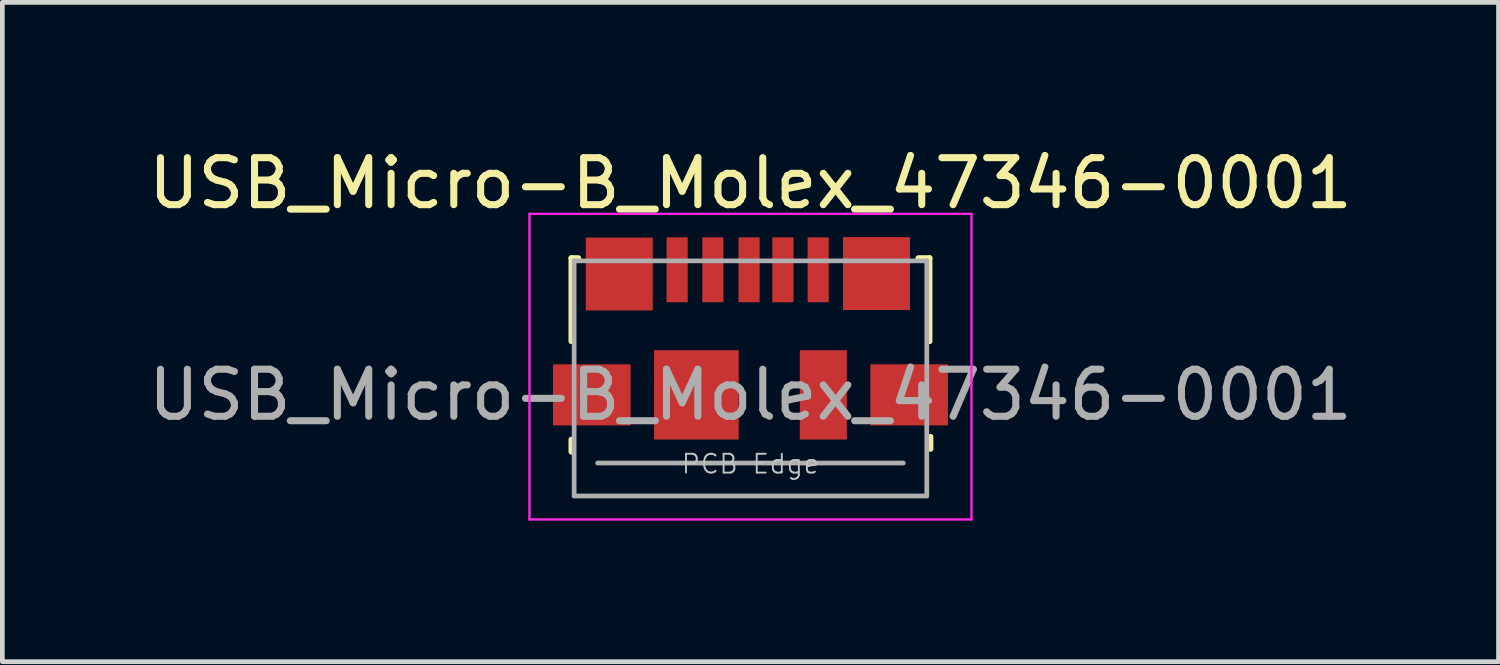
<source format=kicad_pcb>
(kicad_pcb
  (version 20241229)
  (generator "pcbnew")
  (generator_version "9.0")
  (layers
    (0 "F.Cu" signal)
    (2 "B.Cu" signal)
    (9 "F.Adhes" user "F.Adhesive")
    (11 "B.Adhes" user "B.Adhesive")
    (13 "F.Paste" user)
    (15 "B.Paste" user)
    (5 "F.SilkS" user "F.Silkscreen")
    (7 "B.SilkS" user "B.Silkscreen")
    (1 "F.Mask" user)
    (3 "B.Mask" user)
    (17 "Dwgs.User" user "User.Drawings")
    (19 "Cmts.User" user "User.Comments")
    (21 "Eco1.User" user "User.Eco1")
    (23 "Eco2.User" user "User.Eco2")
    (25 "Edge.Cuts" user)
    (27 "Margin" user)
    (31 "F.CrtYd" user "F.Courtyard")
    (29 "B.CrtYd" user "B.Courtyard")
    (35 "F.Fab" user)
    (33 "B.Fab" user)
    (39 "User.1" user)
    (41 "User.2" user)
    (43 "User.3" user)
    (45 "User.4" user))
  (footprint "USB_Micro-B_Molex_47346-0001"
    (layer "F.Cu")
    (at 12.911 4.148)
    (property "Reference" "USB_Micro-B_Molex_47346-0001" (at 0 -3.3 0) (layer "F.SilkS") (effects (font (size 1 1) (thickness 0.15))))
    (attr smd)
    (fp_line (start -3.81 -1.71) (end -3.66 -1.71) (stroke (width 0.12) (type solid)) (layer "F.SilkS"))
    (fp_line (start -3.81 0.06) (end -3.81 -1.71) (stroke (width 0.12) (type solid)) (layer "F.SilkS"))
    (fp_line (start -3.81 2.41) (end -3.81 2.15) (stroke (width 0.12) (type solid)) (layer "F.SilkS"))
    (fp_line (start 3.81 -1.71) (end 3.57 -1.71) (stroke (width 0.12) (type solid)) (layer "F.SilkS"))
    (fp_line (start 3.81 -1.71) (end 3.81 0.06) (stroke (width 0.12) (type solid)) (layer "F.SilkS"))
    (fp_line (start 3.83 2.09) (end 3.83 2.35) (stroke (width 0.12) (type solid)) (layer "F.SilkS"))
    (fp_line (start -4.7 -2.65) (end 4.7 -2.65) (stroke (width 0.05) (type solid)) (layer "F.CrtYd"))
    (fp_line (start -4.7 3.85) (end -4.7 -2.65) (stroke (width 0.05) (type solid)) (layer "F.CrtYd"))
    (fp_line (start 4.7 -2.65) (end 4.7 3.85) (stroke (width 0.05) (type solid)) (layer "F.CrtYd"))
    (fp_line (start 4.7 3.85) (end -4.7 3.85) (stroke (width 0.05) (type solid)) (layer "F.CrtYd"))
    (fp_line (start -3.75 -1.65) (end 3.75 -1.65) (stroke (width 0.1) (type solid)) (layer "F.Fab"))
    (fp_line (start -3.75 3.35) (end -3.75 -1.65) (stroke (width 0.1) (type solid)) (layer "F.Fab"))
    (fp_line (start -3.25 2.65) (end 3.25 2.65) (stroke (width 0.1) (type solid)) (layer "F.Fab"))
    (fp_line (start 3.75 -1.65) (end 3.75 3.35) (stroke (width 0.1) (type solid)) (layer "F.Fab"))
    (fp_line (start 3.75 3.35) (end -3.75 3.35) (stroke (width 0.1) (type solid)) (layer "F.Fab"))
    (fp_text user "PCB Edge" (at 0 2.67 0) (layer "Dwgs.User") (effects (font (size 0.4 0.4) (thickness 0.04))))
    (fp_text user "${REFERENCE}" (at 0 1.2 0) (layer "F.Fab") (effects (font (size 1 1) (thickness 0.15))))
    (pad "1" smd rect (at -1.56 -1.46) (size 0.45 1.38) (layers "F.Cu" "F.Mask" "F.Paste"))
    (pad "2" smd rect (at -0.8 -1.46) (size 0.45 1.38) (layers "F.Cu" "F.Mask" "F.Paste"))
    (pad "3" smd rect (at -0.03 -1.46) (size 0.45 1.38) (layers "F.Cu" "F.Mask" "F.Paste"))
    (pad "4" smd rect (at 0.69 -1.46) (size 0.45 1.38) (layers "F.Cu" "F.Mask" "F.Paste"))
    (pad "5" smd rect (at 1.44 -1.46) (size 0.45 1.38) (layers "F.Cu" "F.Mask" "F.Paste"))
    (pad "6" smd rect (at -3.375 1.2) (size 1.65 1.3) (layers "F.Cu" "F.Mask" "F.Paste"))
    (pad "6" smd rect (at -2.79 -1.37) (size 1.425 1.55) (layers "F.Cu" "F.Mask" "F.Paste"))
    (pad "6" smd rect (at -1.15 1.2) (size 1.8 1.9) (layers "F.Cu" "F.Mask" "F.Paste"))
    (pad "6" smd rect (at 1.55 1.2) (size 1 1.9) (layers "F.Cu" "F.Mask" "F.Paste"))
    (pad "6" smd rect (at 2.68 -1.38) (size 1.425 1.55) (layers "F.Cu" "F.Mask" "F.Paste"))
    (pad "6" smd rect (at 3.375 1.2) (size 1.65 1.3) (layers "F.Cu" "F.Mask" "F.Paste")))
  (gr_rect
    (start -3 -3)
    (end 28.821 11.023)
    (stroke (width 0.1) (type default))
    (fill no)
    (layer "Edge.Cuts")))
</source>
